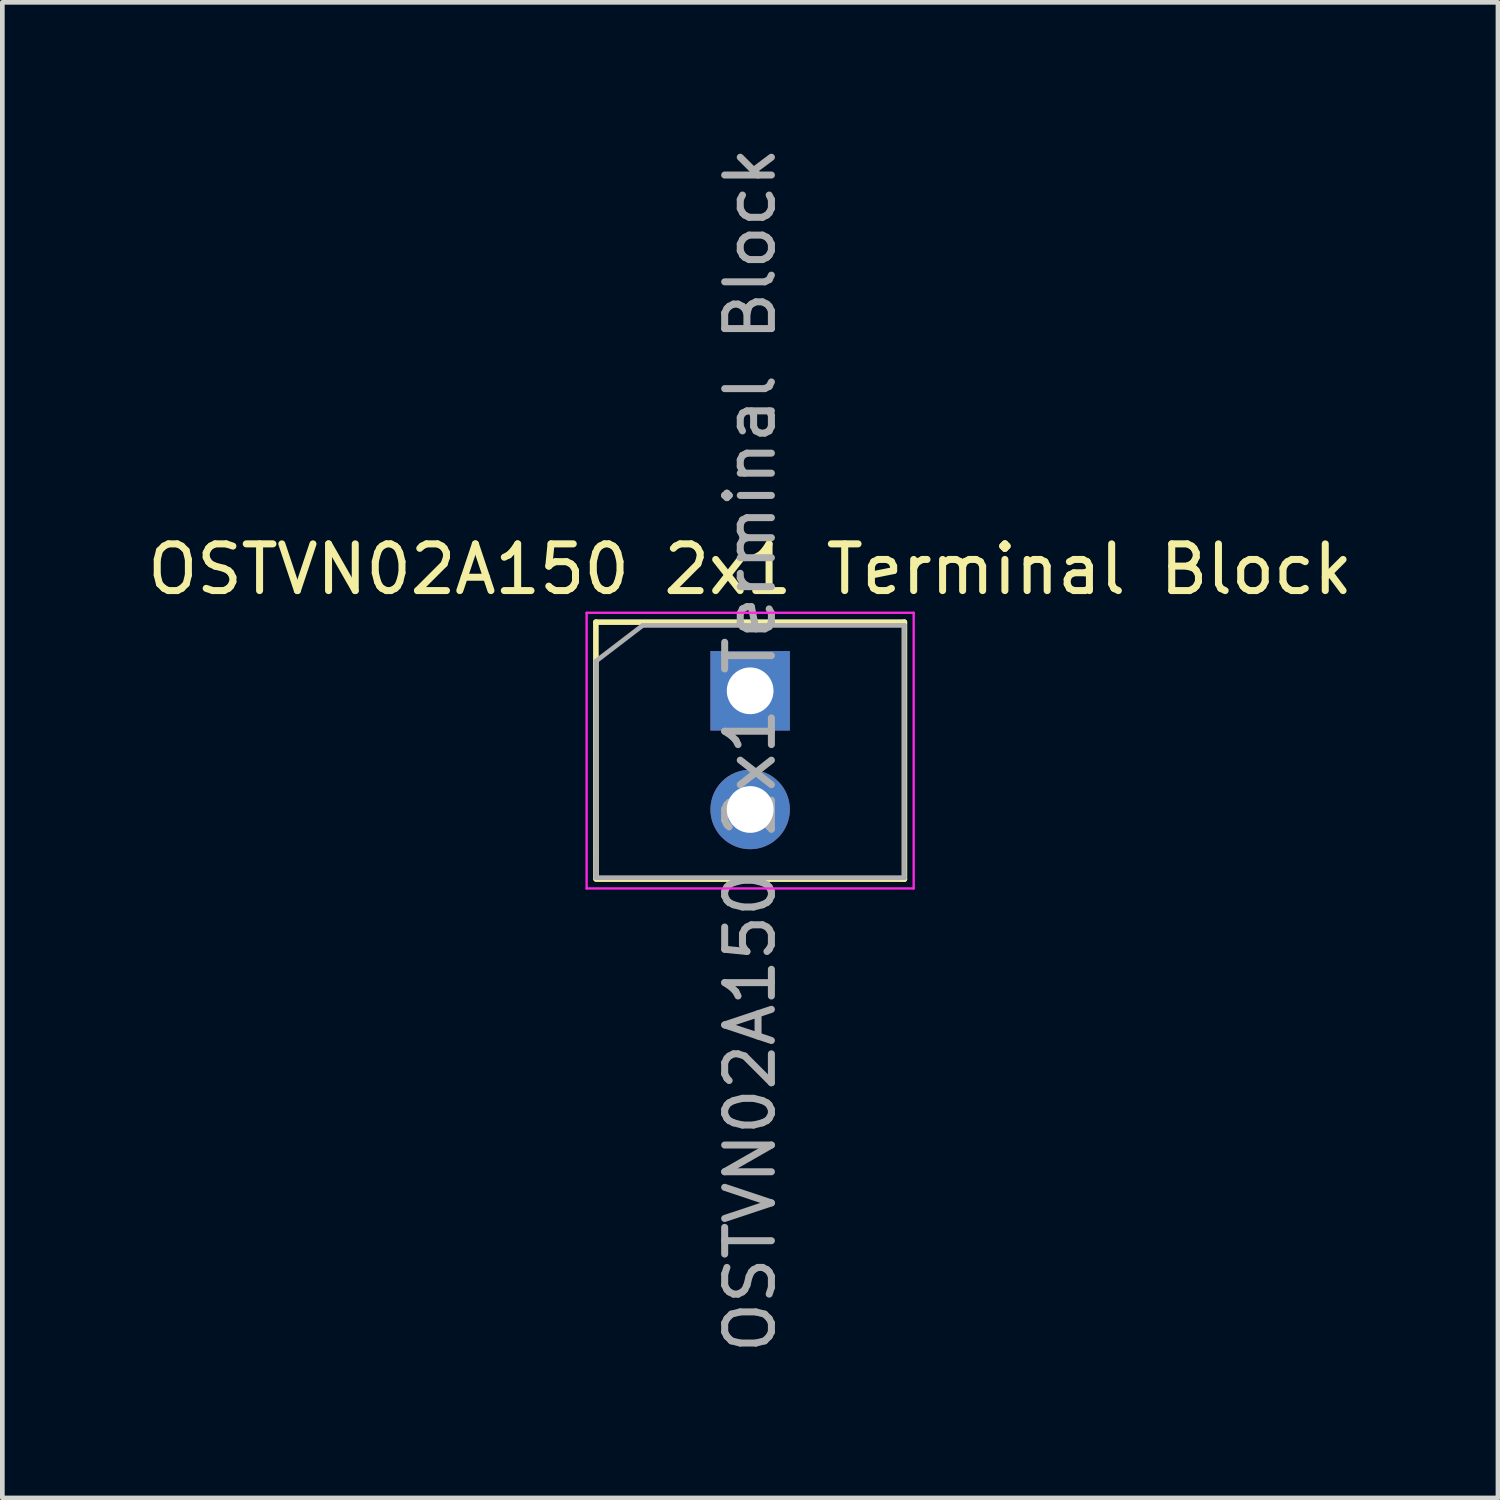
<source format=kicad_pcb>
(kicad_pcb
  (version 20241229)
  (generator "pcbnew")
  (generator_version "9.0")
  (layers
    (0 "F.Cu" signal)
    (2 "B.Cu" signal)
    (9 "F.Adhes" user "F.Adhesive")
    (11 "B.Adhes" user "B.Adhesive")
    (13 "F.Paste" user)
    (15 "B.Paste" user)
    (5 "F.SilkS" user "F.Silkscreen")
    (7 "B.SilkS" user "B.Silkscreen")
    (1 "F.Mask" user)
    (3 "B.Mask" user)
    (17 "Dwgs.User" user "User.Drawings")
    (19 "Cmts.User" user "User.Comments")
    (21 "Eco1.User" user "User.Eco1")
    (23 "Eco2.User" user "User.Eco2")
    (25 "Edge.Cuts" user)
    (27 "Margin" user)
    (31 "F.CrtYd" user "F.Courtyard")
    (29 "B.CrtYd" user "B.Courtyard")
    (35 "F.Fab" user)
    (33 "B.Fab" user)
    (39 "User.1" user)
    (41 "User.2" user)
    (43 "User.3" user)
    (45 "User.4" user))
  (footprint "OSTVN02A150 2x1 Terminal Block"
    (layer "F.Cu")
    (at 13.006 11.736)
    (property "Reference" "OSTVN02A150 2x1 Terminal Block" (at 0 -2.6 0) (layer "F.SilkS") (effects (font (size 1 1) (thickness 0.15))))
    (attr through_hole)
    (fp_line (start -3.3 -1.47) (end 3.3 -1.47) (stroke (width 0.12) (type solid)) (layer "F.SilkS"))
    (fp_line (start -3.3 4) (end -3.302 -1.47) (stroke (width 0.12) (type solid)) (layer "F.SilkS"))
    (fp_line (start -3.3 4.03) (end 3.3 4.03) (stroke (width 0.12) (type solid)) (layer "F.SilkS"))
    (fp_line (start 3.302 4.03) (end 3.302 -1.47) (stroke (width 0.12) (type solid)) (layer "F.SilkS"))
    (fp_line (start -3.5 4.23) (end -3.5 -1.67) (stroke (width 0.05) (type solid)) (layer "F.CrtYd"))
    (fp_line (start -3.5 4.23) (end 3.5 4.23) (stroke (width 0.05) (type solid)) (layer "F.CrtYd"))
    (fp_line (start 3.5 -1.67) (end -3.5 -1.67) (stroke (width 0.05) (type solid)) (layer "F.CrtYd"))
    (fp_line (start 3.5 4.23) (end 3.5 -1.67) (stroke (width 0.05) (type solid)) (layer "F.CrtYd"))
    (fp_line (start -3.3 -0.635) (end -2.3 -1.4) (stroke (width 0.1) (type solid)) (layer "F.Fab"))
    (fp_line (start -3.3 4) (end -3.3 -0.635) (stroke (width 0.1) (type solid)) (layer "F.Fab"))
    (fp_line (start -2.3 -1.4) (end 3.3 -1.4) (stroke (width 0.1) (type solid)) (layer "F.Fab"))
    (fp_line (start 3.3 -1.4) (end 3.3 4) (stroke (width 0.1) (type solid)) (layer "F.Fab"))
    (fp_line (start 3.3 4) (end -3.3 4) (stroke (width 0.1) (type solid)) (layer "F.Fab"))
    (fp_text user "${REFERENCE}" (at 0 1.27 90) (layer "F.Fab") (effects (font (size 1 1) (thickness 0.15))))
    (pad "1" thru_hole rect (at 0 0) (size 1.7 1.7) (drill 1) (layers "*.Cu" "*.Mask"))
    (pad "2" thru_hole oval (at 0 2.54) (size 1.7 1.7) (drill 1) (layers "*.Cu" "*.Mask")))
  (gr_rect
    (start -3 -3)
    (end 29.012 29.012)
    (stroke (width 0.1) (type default))
    (fill no)
    (layer "Edge.Cuts")))
</source>
